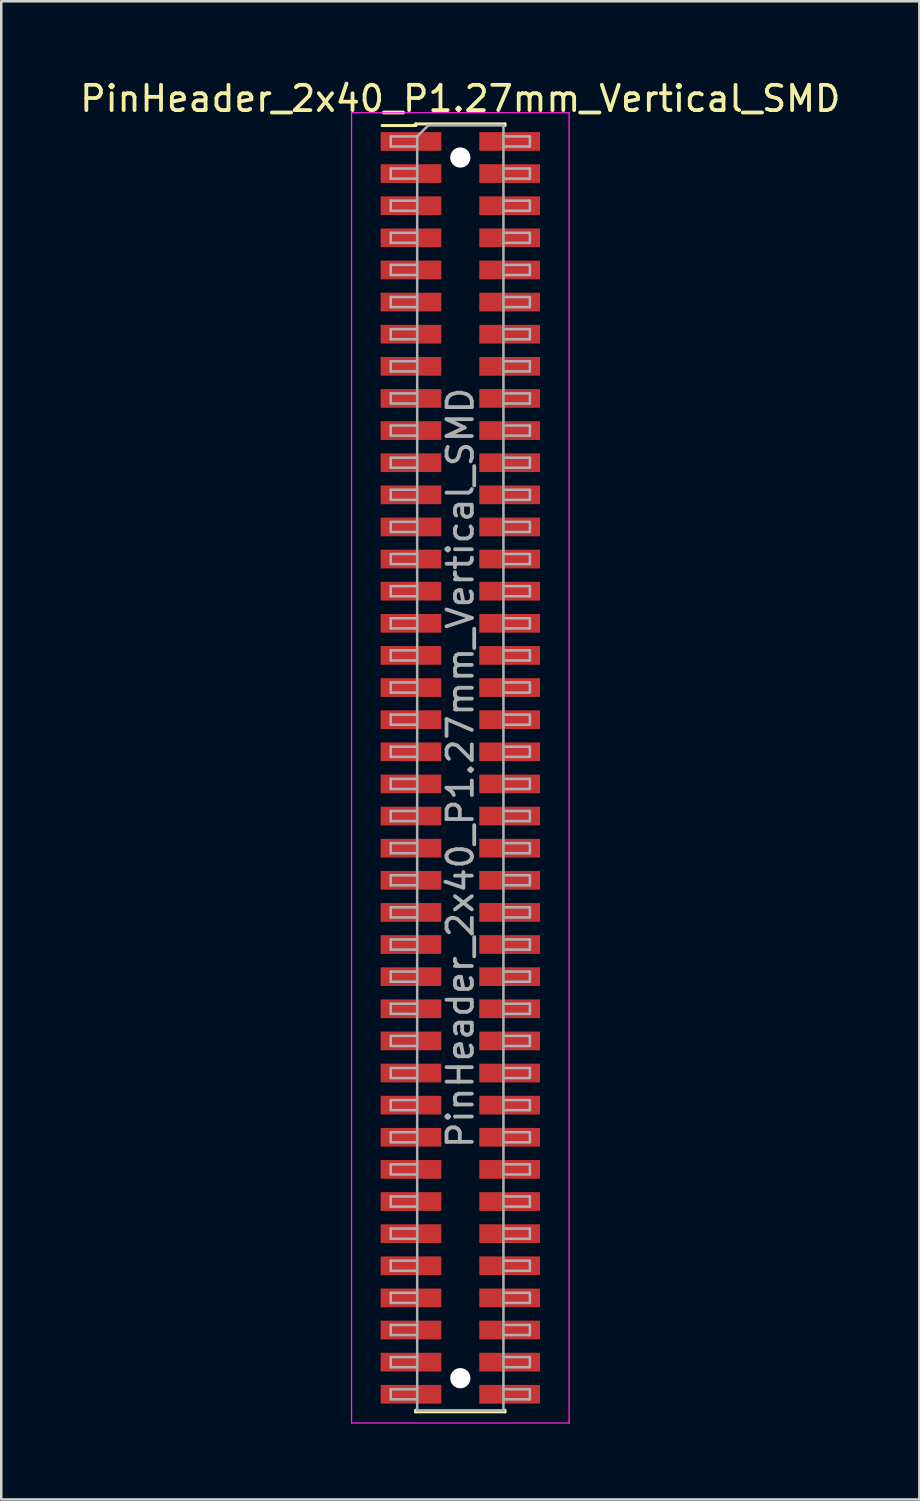
<source format=kicad_pcb>
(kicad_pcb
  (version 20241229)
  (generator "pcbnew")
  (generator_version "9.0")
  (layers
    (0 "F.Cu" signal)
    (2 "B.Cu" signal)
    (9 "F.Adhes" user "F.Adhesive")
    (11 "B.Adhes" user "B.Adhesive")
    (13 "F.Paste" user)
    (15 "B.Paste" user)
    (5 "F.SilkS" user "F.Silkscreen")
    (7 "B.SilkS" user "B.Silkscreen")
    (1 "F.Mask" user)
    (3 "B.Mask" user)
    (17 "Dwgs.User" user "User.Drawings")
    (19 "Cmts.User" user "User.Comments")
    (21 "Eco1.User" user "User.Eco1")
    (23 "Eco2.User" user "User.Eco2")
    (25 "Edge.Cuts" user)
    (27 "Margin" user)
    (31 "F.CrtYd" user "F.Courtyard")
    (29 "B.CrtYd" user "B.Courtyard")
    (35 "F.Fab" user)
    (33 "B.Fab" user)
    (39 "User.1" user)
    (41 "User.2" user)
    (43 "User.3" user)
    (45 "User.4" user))
  (footprint "PinHeader_2x40_P1.27mm_Vertical_SMD"
    (layer "F.Cu")
    (at 15.149 27.308)
    (property "Reference" "PinHeader_2x40_P1.27mm_Vertical_SMD" (at 0 -26.46 0) (layer "F.SilkS") (effects (font (size 1 1) (thickness 0.15))))
    (attr smd)
    (fp_line (start -3.09 -25.395) (end -1.765 -25.395) (stroke (width 0.12) (type solid)) (layer "F.SilkS"))
    (fp_line (start -1.765 -25.46) (end -1.765 -25.395) (stroke (width 0.12) (type solid)) (layer "F.SilkS"))
    (fp_line (start -1.765 -25.46) (end 1.765 -25.46) (stroke (width 0.12) (type solid)) (layer "F.SilkS"))
    (fp_line (start -1.765 25.395) (end -1.765 25.46) (stroke (width 0.12) (type solid)) (layer "F.SilkS"))
    (fp_line (start -1.765 25.46) (end 1.765 25.46) (stroke (width 0.12) (type solid)) (layer "F.SilkS"))
    (fp_line (start 1.765 -25.46) (end 1.765 -25.395) (stroke (width 0.12) (type solid)) (layer "F.SilkS"))
    (fp_line (start 1.765 25.395) (end 1.765 25.46) (stroke (width 0.12) (type solid)) (layer "F.SilkS"))
    (fp_line (start -4.3 -25.9) (end -4.3 25.9) (stroke (width 0.05) (type solid)) (layer "F.CrtYd"))
    (fp_line (start -4.3 25.9) (end 4.3 25.9) (stroke (width 0.05) (type solid)) (layer "F.CrtYd"))
    (fp_line (start 4.3 -25.9) (end -4.3 -25.9) (stroke (width 0.05) (type solid)) (layer "F.CrtYd"))
    (fp_line (start 4.3 25.9) (end 4.3 -25.9) (stroke (width 0.05) (type solid)) (layer "F.CrtYd"))
    (fp_line (start -2.75 -24.965) (end -2.75 -24.565) (stroke (width 0.1) (type solid)) (layer "F.Fab"))
    (fp_line (start -2.75 -24.565) (end -1.705 -24.565) (stroke (width 0.1) (type solid)) (layer "F.Fab"))
    (fp_line (start -2.75 -23.695) (end -2.75 -23.295) (stroke (width 0.1) (type solid)) (layer "F.Fab"))
    (fp_line (start -2.75 -23.295) (end -1.705 -23.295) (stroke (width 0.1) (type solid)) (layer "F.Fab"))
    (fp_line (start -2.75 -22.425) (end -2.75 -22.025) (stroke (width 0.1) (type solid)) (layer "F.Fab"))
    (fp_line (start -2.75 -22.025) (end -1.705 -22.025) (stroke (width 0.1) (type solid)) (layer "F.Fab"))
    (fp_line (start -2.75 -21.155) (end -2.75 -20.755) (stroke (width 0.1) (type solid)) (layer "F.Fab"))
    (fp_line (start -2.75 -20.755) (end -1.705 -20.755) (stroke (width 0.1) (type solid)) (layer "F.Fab"))
    (fp_line (start -2.75 -19.885) (end -2.75 -19.485) (stroke (width 0.1) (type solid)) (layer "F.Fab"))
    (fp_line (start -2.75 -19.485) (end -1.705 -19.485) (stroke (width 0.1) (type solid)) (layer "F.Fab"))
    (fp_line (start -2.75 -18.615) (end -2.75 -18.215) (stroke (width 0.1) (type solid)) (layer "F.Fab"))
    (fp_line (start -2.75 -18.215) (end -1.705 -18.215) (stroke (width 0.1) (type solid)) (layer "F.Fab"))
    (fp_line (start -2.75 -17.345) (end -2.75 -16.945) (stroke (width 0.1) (type solid)) (layer "F.Fab"))
    (fp_line (start -2.75 -16.945) (end -1.705 -16.945) (stroke (width 0.1) (type solid)) (layer "F.Fab"))
    (fp_line (start -2.75 -16.075) (end -2.75 -15.675) (stroke (width 0.1) (type solid)) (layer "F.Fab"))
    (fp_line (start -2.75 -15.675) (end -1.705 -15.675) (stroke (width 0.1) (type solid)) (layer "F.Fab"))
    (fp_line (start -2.75 -14.805) (end -2.75 -14.405) (stroke (width 0.1) (type solid)) (layer "F.Fab"))
    (fp_line (start -2.75 -14.405) (end -1.705 -14.405) (stroke (width 0.1) (type solid)) (layer "F.Fab"))
    (fp_line (start -2.75 -13.535) (end -2.75 -13.135) (stroke (width 0.1) (type solid)) (layer "F.Fab"))
    (fp_line (start -2.75 -13.135) (end -1.705 -13.135) (stroke (width 0.1) (type solid)) (layer "F.Fab"))
    (fp_line (start -2.75 -12.265) (end -2.75 -11.865) (stroke (width 0.1) (type solid)) (layer "F.Fab"))
    (fp_line (start -2.75 -11.865) (end -1.705 -11.865) (stroke (width 0.1) (type solid)) (layer "F.Fab"))
    (fp_line (start -2.75 -10.995) (end -2.75 -10.595) (stroke (width 0.1) (type solid)) (layer "F.Fab"))
    (fp_line (start -2.75 -10.595) (end -1.705 -10.595) (stroke (width 0.1) (type solid)) (layer "F.Fab"))
    (fp_line (start -2.75 -9.725) (end -2.75 -9.325) (stroke (width 0.1) (type solid)) (layer "F.Fab"))
    (fp_line (start -2.75 -9.325) (end -1.705 -9.325) (stroke (width 0.1) (type solid)) (layer "F.Fab"))
    (fp_line (start -2.75 -8.455) (end -2.75 -8.055) (stroke (width 0.1) (type solid)) (layer "F.Fab"))
    (fp_line (start -2.75 -8.055) (end -1.705 -8.055) (stroke (width 0.1) (type solid)) (layer "F.Fab"))
    (fp_line (start -2.75 -7.185) (end -2.75 -6.785) (stroke (width 0.1) (type solid)) (layer "F.Fab"))
    (fp_line (start -2.75 -6.785) (end -1.705 -6.785) (stroke (width 0.1) (type solid)) (layer "F.Fab"))
    (fp_line (start -2.75 -5.915) (end -2.75 -5.515) (stroke (width 0.1) (type solid)) (layer "F.Fab"))
    (fp_line (start -2.75 -5.515) (end -1.705 -5.515) (stroke (width 0.1) (type solid)) (layer "F.Fab"))
    (fp_line (start -2.75 -4.645) (end -2.75 -4.245) (stroke (width 0.1) (type solid)) (layer "F.Fab"))
    (fp_line (start -2.75 -4.245) (end -1.705 -4.245) (stroke (width 0.1) (type solid)) (layer "F.Fab"))
    (fp_line (start -2.75 -3.375) (end -2.75 -2.975) (stroke (width 0.1) (type solid)) (layer "F.Fab"))
    (fp_line (start -2.75 -2.975) (end -1.705 -2.975) (stroke (width 0.1) (type solid)) (layer "F.Fab"))
    (fp_line (start -2.75 -2.105) (end -2.75 -1.705) (stroke (width 0.1) (type solid)) (layer "F.Fab"))
    (fp_line (start -2.75 -1.705) (end -1.705 -1.705) (stroke (width 0.1) (type solid)) (layer "F.Fab"))
    (fp_line (start -2.75 -0.835) (end -2.75 -0.435) (stroke (width 0.1) (type solid)) (layer "F.Fab"))
    (fp_line (start -2.75 -0.435) (end -1.705 -0.435) (stroke (width 0.1) (type solid)) (layer "F.Fab"))
    (fp_line (start -2.75 0.435) (end -2.75 0.835) (stroke (width 0.1) (type solid)) (layer "F.Fab"))
    (fp_line (start -2.75 0.835) (end -1.705 0.835) (stroke (width 0.1) (type solid)) (layer "F.Fab"))
    (fp_line (start -2.75 1.705) (end -2.75 2.105) (stroke (width 0.1) (type solid)) (layer "F.Fab"))
    (fp_line (start -2.75 2.105) (end -1.705 2.105) (stroke (width 0.1) (type solid)) (layer "F.Fab"))
    (fp_line (start -2.75 2.975) (end -2.75 3.375) (stroke (width 0.1) (type solid)) (layer "F.Fab"))
    (fp_line (start -2.75 3.375) (end -1.705 3.375) (stroke (width 0.1) (type solid)) (layer "F.Fab"))
    (fp_line (start -2.75 4.245) (end -2.75 4.645) (stroke (width 0.1) (type solid)) (layer "F.Fab"))
    (fp_line (start -2.75 4.645) (end -1.705 4.645) (stroke (width 0.1) (type solid)) (layer "F.Fab"))
    (fp_line (start -2.75 5.515) (end -2.75 5.915) (stroke (width 0.1) (type solid)) (layer "F.Fab"))
    (fp_line (start -2.75 5.915) (end -1.705 5.915) (stroke (width 0.1) (type solid)) (layer "F.Fab"))
    (fp_line (start -2.75 6.785) (end -2.75 7.185) (stroke (width 0.1) (type solid)) (layer "F.Fab"))
    (fp_line (start -2.75 7.185) (end -1.705 7.185) (stroke (width 0.1) (type solid)) (layer "F.Fab"))
    (fp_line (start -2.75 8.055) (end -2.75 8.455) (stroke (width 0.1) (type solid)) (layer "F.Fab"))
    (fp_line (start -2.75 8.455) (end -1.705 8.455) (stroke (width 0.1) (type solid)) (layer "F.Fab"))
    (fp_line (start -2.75 9.325) (end -2.75 9.725) (stroke (width 0.1) (type solid)) (layer "F.Fab"))
    (fp_line (start -2.75 9.725) (end -1.705 9.725) (stroke (width 0.1) (type solid)) (layer "F.Fab"))
    (fp_line (start -2.75 10.595) (end -2.75 10.995) (stroke (width 0.1) (type solid)) (layer "F.Fab"))
    (fp_line (start -2.75 10.995) (end -1.705 10.995) (stroke (width 0.1) (type solid)) (layer "F.Fab"))
    (fp_line (start -2.75 11.865) (end -2.75 12.265) (stroke (width 0.1) (type solid)) (layer "F.Fab"))
    (fp_line (start -2.75 12.265) (end -1.705 12.265) (stroke (width 0.1) (type solid)) (layer "F.Fab"))
    (fp_line (start -2.75 13.135) (end -2.75 13.535) (stroke (width 0.1) (type solid)) (layer "F.Fab"))
    (fp_line (start -2.75 13.535) (end -1.705 13.535) (stroke (width 0.1) (type solid)) (layer "F.Fab"))
    (fp_line (start -2.75 14.405) (end -2.75 14.805) (stroke (width 0.1) (type solid)) (layer "F.Fab"))
    (fp_line (start -2.75 14.805) (end -1.705 14.805) (stroke (width 0.1) (type solid)) (layer "F.Fab"))
    (fp_line (start -2.75 15.675) (end -2.75 16.075) (stroke (width 0.1) (type solid)) (layer "F.Fab"))
    (fp_line (start -2.75 16.075) (end -1.705 16.075) (stroke (width 0.1) (type solid)) (layer "F.Fab"))
    (fp_line (start -2.75 16.945) (end -2.75 17.345) (stroke (width 0.1) (type solid)) (layer "F.Fab"))
    (fp_line (start -2.75 17.345) (end -1.705 17.345) (stroke (width 0.1) (type solid)) (layer "F.Fab"))
    (fp_line (start -2.75 18.215) (end -2.75 18.615) (stroke (width 0.1) (type solid)) (layer "F.Fab"))
    (fp_line (start -2.75 18.615) (end -1.705 18.615) (stroke (width 0.1) (type solid)) (layer "F.Fab"))
    (fp_line (start -2.75 19.485) (end -2.75 19.885) (stroke (width 0.1) (type solid)) (layer "F.Fab"))
    (fp_line (start -2.75 19.885) (end -1.705 19.885) (stroke (width 0.1) (type solid)) (layer "F.Fab"))
    (fp_line (start -2.75 20.755) (end -2.75 21.155) (stroke (width 0.1) (type solid)) (layer "F.Fab"))
    (fp_line (start -2.75 21.155) (end -1.705 21.155) (stroke (width 0.1) (type solid)) (layer "F.Fab"))
    (fp_line (start -2.75 22.025) (end -2.75 22.425) (stroke (width 0.1) (type solid)) (layer "F.Fab"))
    (fp_line (start -2.75 22.425) (end -1.705 22.425) (stroke (width 0.1) (type solid)) (layer "F.Fab"))
    (fp_line (start -2.75 23.295) (end -2.75 23.695) (stroke (width 0.1) (type solid)) (layer "F.Fab"))
    (fp_line (start -2.75 23.695) (end -1.705 23.695) (stroke (width 0.1) (type solid)) (layer "F.Fab"))
    (fp_line (start -2.75 24.565) (end -2.75 24.965) (stroke (width 0.1) (type solid)) (layer "F.Fab"))
    (fp_line (start -2.75 24.965) (end -1.705 24.965) (stroke (width 0.1) (type solid)) (layer "F.Fab"))
    (fp_line (start -1.705 -24.965) (end -2.75 -24.965) (stroke (width 0.1) (type solid)) (layer "F.Fab"))
    (fp_line (start -1.705 -24.965) (end -1.27 -25.4) (stroke (width 0.1) (type solid)) (layer "F.Fab"))
    (fp_line (start -1.705 -23.695) (end -2.75 -23.695) (stroke (width 0.1) (type solid)) (layer "F.Fab"))
    (fp_line (start -1.705 -22.425) (end -2.75 -22.425) (stroke (width 0.1) (type solid)) (layer "F.Fab"))
    (fp_line (start -1.705 -21.155) (end -2.75 -21.155) (stroke (width 0.1) (type solid)) (layer "F.Fab"))
    (fp_line (start -1.705 -19.885) (end -2.75 -19.885) (stroke (width 0.1) (type solid)) (layer "F.Fab"))
    (fp_line (start -1.705 -18.615) (end -2.75 -18.615) (stroke (width 0.1) (type solid)) (layer "F.Fab"))
    (fp_line (start -1.705 -17.345) (end -2.75 -17.345) (stroke (width 0.1) (type solid)) (layer "F.Fab"))
    (fp_line (start -1.705 -16.075) (end -2.75 -16.075) (stroke (width 0.1) (type solid)) (layer "F.Fab"))
    (fp_line (start -1.705 -14.805) (end -2.75 -14.805) (stroke (width 0.1) (type solid)) (layer "F.Fab"))
    (fp_line (start -1.705 -13.535) (end -2.75 -13.535) (stroke (width 0.1) (type solid)) (layer "F.Fab"))
    (fp_line (start -1.705 -12.265) (end -2.75 -12.265) (stroke (width 0.1) (type solid)) (layer "F.Fab"))
    (fp_line (start -1.705 -10.995) (end -2.75 -10.995) (stroke (width 0.1) (type solid)) (layer "F.Fab"))
    (fp_line (start -1.705 -9.725) (end -2.75 -9.725) (stroke (width 0.1) (type solid)) (layer "F.Fab"))
    (fp_line (start -1.705 -8.455) (end -2.75 -8.455) (stroke (width 0.1) (type solid)) (layer "F.Fab"))
    (fp_line (start -1.705 -7.185) (end -2.75 -7.185) (stroke (width 0.1) (type solid)) (layer "F.Fab"))
    (fp_line (start -1.705 -5.915) (end -2.75 -5.915) (stroke (width 0.1) (type solid)) (layer "F.Fab"))
    (fp_line (start -1.705 -4.645) (end -2.75 -4.645) (stroke (width 0.1) (type solid)) (layer "F.Fab"))
    (fp_line (start -1.705 -3.375) (end -2.75 -3.375) (stroke (width 0.1) (type solid)) (layer "F.Fab"))
    (fp_line (start -1.705 -2.105) (end -2.75 -2.105) (stroke (width 0.1) (type solid)) (layer "F.Fab"))
    (fp_line (start -1.705 -0.835) (end -2.75 -0.835) (stroke (width 0.1) (type solid)) (layer "F.Fab"))
    (fp_line (start -1.705 0.435) (end -2.75 0.435) (stroke (width 0.1) (type solid)) (layer "F.Fab"))
    (fp_line (start -1.705 1.705) (end -2.75 1.705) (stroke (width 0.1) (type solid)) (layer "F.Fab"))
    (fp_line (start -1.705 2.975) (end -2.75 2.975) (stroke (width 0.1) (type solid)) (layer "F.Fab"))
    (fp_line (start -1.705 4.245) (end -2.75 4.245) (stroke (width 0.1) (type solid)) (layer "F.Fab"))
    (fp_line (start -1.705 5.515) (end -2.75 5.515) (stroke (width 0.1) (type solid)) (layer "F.Fab"))
    (fp_line (start -1.705 6.785) (end -2.75 6.785) (stroke (width 0.1) (type solid)) (layer "F.Fab"))
    (fp_line (start -1.705 8.055) (end -2.75 8.055) (stroke (width 0.1) (type solid)) (layer "F.Fab"))
    (fp_line (start -1.705 9.325) (end -2.75 9.325) (stroke (width 0.1) (type solid)) (layer "F.Fab"))
    (fp_line (start -1.705 10.595) (end -2.75 10.595) (stroke (width 0.1) (type solid)) (layer "F.Fab"))
    (fp_line (start -1.705 11.865) (end -2.75 11.865) (stroke (width 0.1) (type solid)) (layer "F.Fab"))
    (fp_line (start -1.705 13.135) (end -2.75 13.135) (stroke (width 0.1) (type solid)) (layer "F.Fab"))
    (fp_line (start -1.705 14.405) (end -2.75 14.405) (stroke (width 0.1) (type solid)) (layer "F.Fab"))
    (fp_line (start -1.705 15.675) (end -2.75 15.675) (stroke (width 0.1) (type solid)) (layer "F.Fab"))
    (fp_line (start -1.705 16.945) (end -2.75 16.945) (stroke (width 0.1) (type solid)) (layer "F.Fab"))
    (fp_line (start -1.705 18.215) (end -2.75 18.215) (stroke (width 0.1) (type solid)) (layer "F.Fab"))
    (fp_line (start -1.705 19.485) (end -2.75 19.485) (stroke (width 0.1) (type solid)) (layer "F.Fab"))
    (fp_line (start -1.705 20.755) (end -2.75 20.755) (stroke (width 0.1) (type solid)) (layer "F.Fab"))
    (fp_line (start -1.705 22.025) (end -2.75 22.025) (stroke (width 0.1) (type solid)) (layer "F.Fab"))
    (fp_line (start -1.705 23.295) (end -2.75 23.295) (stroke (width 0.1) (type solid)) (layer "F.Fab"))
    (fp_line (start -1.705 24.565) (end -2.75 24.565) (stroke (width 0.1) (type solid)) (layer "F.Fab"))
    (fp_line (start -1.705 25.4) (end -1.705 -24.965) (stroke (width 0.1) (type solid)) (layer "F.Fab"))
    (fp_line (start -1.27 -25.4) (end 1.705 -25.4) (stroke (width 0.1) (type solid)) (layer "F.Fab"))
    (fp_line (start 1.705 -25.4) (end 1.705 25.4) (stroke (width 0.1) (type solid)) (layer "F.Fab"))
    (fp_line (start 1.705 -24.965) (end 2.75 -24.965) (stroke (width 0.1) (type solid)) (layer "F.Fab"))
    (fp_line (start 1.705 -23.695) (end 2.75 -23.695) (stroke (width 0.1) (type solid)) (layer "F.Fab"))
    (fp_line (start 1.705 -22.425) (end 2.75 -22.425) (stroke (width 0.1) (type solid)) (layer "F.Fab"))
    (fp_line (start 1.705 -21.155) (end 2.75 -21.155) (stroke (width 0.1) (type solid)) (layer "F.Fab"))
    (fp_line (start 1.705 -19.885) (end 2.75 -19.885) (stroke (width 0.1) (type solid)) (layer "F.Fab"))
    (fp_line (start 1.705 -18.615) (end 2.75 -18.615) (stroke (width 0.1) (type solid)) (layer "F.Fab"))
    (fp_line (start 1.705 -17.345) (end 2.75 -17.345) (stroke (width 0.1) (type solid)) (layer "F.Fab"))
    (fp_line (start 1.705 -16.075) (end 2.75 -16.075) (stroke (width 0.1) (type solid)) (layer "F.Fab"))
    (fp_line (start 1.705 -14.805) (end 2.75 -14.805) (stroke (width 0.1) (type solid)) (layer "F.Fab"))
    (fp_line (start 1.705 -13.535) (end 2.75 -13.535) (stroke (width 0.1) (type solid)) (layer "F.Fab"))
    (fp_line (start 1.705 -12.265) (end 2.75 -12.265) (stroke (width 0.1) (type solid)) (layer "F.Fab"))
    (fp_line (start 1.705 -10.995) (end 2.75 -10.995) (stroke (width 0.1) (type solid)) (layer "F.Fab"))
    (fp_line (start 1.705 -9.725) (end 2.75 -9.725) (stroke (width 0.1) (type solid)) (layer "F.Fab"))
    (fp_line (start 1.705 -8.455) (end 2.75 -8.455) (stroke (width 0.1) (type solid)) (layer "F.Fab"))
    (fp_line (start 1.705 -7.185) (end 2.75 -7.185) (stroke (width 0.1) (type solid)) (layer "F.Fab"))
    (fp_line (start 1.705 -5.915) (end 2.75 -5.915) (stroke (width 0.1) (type solid)) (layer "F.Fab"))
    (fp_line (start 1.705 -4.645) (end 2.75 -4.645) (stroke (width 0.1) (type solid)) (layer "F.Fab"))
    (fp_line (start 1.705 -3.375) (end 2.75 -3.375) (stroke (width 0.1) (type solid)) (layer "F.Fab"))
    (fp_line (start 1.705 -2.105) (end 2.75 -2.105) (stroke (width 0.1) (type solid)) (layer "F.Fab"))
    (fp_line (start 1.705 -0.835) (end 2.75 -0.835) (stroke (width 0.1) (type solid)) (layer "F.Fab"))
    (fp_line (start 1.705 0.435) (end 2.75 0.435) (stroke (width 0.1) (type solid)) (layer "F.Fab"))
    (fp_line (start 1.705 1.705) (end 2.75 1.705) (stroke (width 0.1) (type solid)) (layer "F.Fab"))
    (fp_line (start 1.705 2.975) (end 2.75 2.975) (stroke (width 0.1) (type solid)) (layer "F.Fab"))
    (fp_line (start 1.705 4.245) (end 2.75 4.245) (stroke (width 0.1) (type solid)) (layer "F.Fab"))
    (fp_line (start 1.705 5.515) (end 2.75 5.515) (stroke (width 0.1) (type solid)) (layer "F.Fab"))
    (fp_line (start 1.705 6.785) (end 2.75 6.785) (stroke (width 0.1) (type solid)) (layer "F.Fab"))
    (fp_line (start 1.705 8.055) (end 2.75 8.055) (stroke (width 0.1) (type solid)) (layer "F.Fab"))
    (fp_line (start 1.705 9.325) (end 2.75 9.325) (stroke (width 0.1) (type solid)) (layer "F.Fab"))
    (fp_line (start 1.705 10.595) (end 2.75 10.595) (stroke (width 0.1) (type solid)) (layer "F.Fab"))
    (fp_line (start 1.705 11.865) (end 2.75 11.865) (stroke (width 0.1) (type solid)) (layer "F.Fab"))
    (fp_line (start 1.705 13.135) (end 2.75 13.135) (stroke (width 0.1) (type solid)) (layer "F.Fab"))
    (fp_line (start 1.705 14.405) (end 2.75 14.405) (stroke (width 0.1) (type solid)) (layer "F.Fab"))
    (fp_line (start 1.705 15.675) (end 2.75 15.675) (stroke (width 0.1) (type solid)) (layer "F.Fab"))
    (fp_line (start 1.705 16.945) (end 2.75 16.945) (stroke (width 0.1) (type solid)) (layer "F.Fab"))
    (fp_line (start 1.705 18.215) (end 2.75 18.215) (stroke (width 0.1) (type solid)) (layer "F.Fab"))
    (fp_line (start 1.705 19.485) (end 2.75 19.485) (stroke (width 0.1) (type solid)) (layer "F.Fab"))
    (fp_line (start 1.705 20.755) (end 2.75 20.755) (stroke (width 0.1) (type solid)) (layer "F.Fab"))
    (fp_line (start 1.705 22.025) (end 2.75 22.025) (stroke (width 0.1) (type solid)) (layer "F.Fab"))
    (fp_line (start 1.705 23.295) (end 2.75 23.295) (stroke (width 0.1) (type solid)) (layer "F.Fab"))
    (fp_line (start 1.705 24.565) (end 2.75 24.565) (stroke (width 0.1) (type solid)) (layer "F.Fab"))
    (fp_line (start 1.705 25.4) (end -1.705 25.4) (stroke (width 0.1) (type solid)) (layer "F.Fab"))
    (fp_line (start 2.75 -24.965) (end 2.75 -24.565) (stroke (width 0.1) (type solid)) (layer "F.Fab"))
    (fp_line (start 2.75 -24.565) (end 1.705 -24.565) (stroke (width 0.1) (type solid)) (layer "F.Fab"))
    (fp_line (start 2.75 -23.695) (end 2.75 -23.295) (stroke (width 0.1) (type solid)) (layer "F.Fab"))
    (fp_line (start 2.75 -23.295) (end 1.705 -23.295) (stroke (width 0.1) (type solid)) (layer "F.Fab"))
    (fp_line (start 2.75 -22.425) (end 2.75 -22.025) (stroke (width 0.1) (type solid)) (layer "F.Fab"))
    (fp_line (start 2.75 -22.025) (end 1.705 -22.025) (stroke (width 0.1) (type solid)) (layer "F.Fab"))
    (fp_line (start 2.75 -21.155) (end 2.75 -20.755) (stroke (width 0.1) (type solid)) (layer "F.Fab"))
    (fp_line (start 2.75 -20.755) (end 1.705 -20.755) (stroke (width 0.1) (type solid)) (layer "F.Fab"))
    (fp_line (start 2.75 -19.885) (end 2.75 -19.485) (stroke (width 0.1) (type solid)) (layer "F.Fab"))
    (fp_line (start 2.75 -19.485) (end 1.705 -19.485) (stroke (width 0.1) (type solid)) (layer "F.Fab"))
    (fp_line (start 2.75 -18.615) (end 2.75 -18.215) (stroke (width 0.1) (type solid)) (layer "F.Fab"))
    (fp_line (start 2.75 -18.215) (end 1.705 -18.215) (stroke (width 0.1) (type solid)) (layer "F.Fab"))
    (fp_line (start 2.75 -17.345) (end 2.75 -16.945) (stroke (width 0.1) (type solid)) (layer "F.Fab"))
    (fp_line (start 2.75 -16.945) (end 1.705 -16.945) (stroke (width 0.1) (type solid)) (layer "F.Fab"))
    (fp_line (start 2.75 -16.075) (end 2.75 -15.675) (stroke (width 0.1) (type solid)) (layer "F.Fab"))
    (fp_line (start 2.75 -15.675) (end 1.705 -15.675) (stroke (width 0.1) (type solid)) (layer "F.Fab"))
    (fp_line (start 2.75 -14.805) (end 2.75 -14.405) (stroke (width 0.1) (type solid)) (layer "F.Fab"))
    (fp_line (start 2.75 -14.405) (end 1.705 -14.405) (stroke (width 0.1) (type solid)) (layer "F.Fab"))
    (fp_line (start 2.75 -13.535) (end 2.75 -13.135) (stroke (width 0.1) (type solid)) (layer "F.Fab"))
    (fp_line (start 2.75 -13.135) (end 1.705 -13.135) (stroke (width 0.1) (type solid)) (layer "F.Fab"))
    (fp_line (start 2.75 -12.265) (end 2.75 -11.865) (stroke (width 0.1) (type solid)) (layer "F.Fab"))
    (fp_line (start 2.75 -11.865) (end 1.705 -11.865) (stroke (width 0.1) (type solid)) (layer "F.Fab"))
    (fp_line (start 2.75 -10.995) (end 2.75 -10.595) (stroke (width 0.1) (type solid)) (layer "F.Fab"))
    (fp_line (start 2.75 -10.595) (end 1.705 -10.595) (stroke (width 0.1) (type solid)) (layer "F.Fab"))
    (fp_line (start 2.75 -9.725) (end 2.75 -9.325) (stroke (width 0.1) (type solid)) (layer "F.Fab"))
    (fp_line (start 2.75 -9.325) (end 1.705 -9.325) (stroke (width 0.1) (type solid)) (layer "F.Fab"))
    (fp_line (start 2.75 -8.455) (end 2.75 -8.055) (stroke (width 0.1) (type solid)) (layer "F.Fab"))
    (fp_line (start 2.75 -8.055) (end 1.705 -8.055) (stroke (width 0.1) (type solid)) (layer "F.Fab"))
    (fp_line (start 2.75 -7.185) (end 2.75 -6.785) (stroke (width 0.1) (type solid)) (layer "F.Fab"))
    (fp_line (start 2.75 -6.785) (end 1.705 -6.785) (stroke (width 0.1) (type solid)) (layer "F.Fab"))
    (fp_line (start 2.75 -5.915) (end 2.75 -5.515) (stroke (width 0.1) (type solid)) (layer "F.Fab"))
    (fp_line (start 2.75 -5.515) (end 1.705 -5.515) (stroke (width 0.1) (type solid)) (layer "F.Fab"))
    (fp_line (start 2.75 -4.645) (end 2.75 -4.245) (stroke (width 0.1) (type solid)) (layer "F.Fab"))
    (fp_line (start 2.75 -4.245) (end 1.705 -4.245) (stroke (width 0.1) (type solid)) (layer "F.Fab"))
    (fp_line (start 2.75 -3.375) (end 2.75 -2.975) (stroke (width 0.1) (type solid)) (layer "F.Fab"))
    (fp_line (start 2.75 -2.975) (end 1.705 -2.975) (stroke (width 0.1) (type solid)) (layer "F.Fab"))
    (fp_line (start 2.75 -2.105) (end 2.75 -1.705) (stroke (width 0.1) (type solid)) (layer "F.Fab"))
    (fp_line (start 2.75 -1.705) (end 1.705 -1.705) (stroke (width 0.1) (type solid)) (layer "F.Fab"))
    (fp_line (start 2.75 -0.835) (end 2.75 -0.435) (stroke (width 0.1) (type solid)) (layer "F.Fab"))
    (fp_line (start 2.75 -0.435) (end 1.705 -0.435) (stroke (width 0.1) (type solid)) (layer "F.Fab"))
    (fp_line (start 2.75 0.435) (end 2.75 0.835) (stroke (width 0.1) (type solid)) (layer "F.Fab"))
    (fp_line (start 2.75 0.835) (end 1.705 0.835) (stroke (width 0.1) (type solid)) (layer "F.Fab"))
    (fp_line (start 2.75 1.705) (end 2.75 2.105) (stroke (width 0.1) (type solid)) (layer "F.Fab"))
    (fp_line (start 2.75 2.105) (end 1.705 2.105) (stroke (width 0.1) (type solid)) (layer "F.Fab"))
    (fp_line (start 2.75 2.975) (end 2.75 3.375) (stroke (width 0.1) (type solid)) (layer "F.Fab"))
    (fp_line (start 2.75 3.375) (end 1.705 3.375) (stroke (width 0.1) (type solid)) (layer "F.Fab"))
    (fp_line (start 2.75 4.245) (end 2.75 4.645) (stroke (width 0.1) (type solid)) (layer "F.Fab"))
    (fp_line (start 2.75 4.645) (end 1.705 4.645) (stroke (width 0.1) (type solid)) (layer "F.Fab"))
    (fp_line (start 2.75 5.515) (end 2.75 5.915) (stroke (width 0.1) (type solid)) (layer "F.Fab"))
    (fp_line (start 2.75 5.915) (end 1.705 5.915) (stroke (width 0.1) (type solid)) (layer "F.Fab"))
    (fp_line (start 2.75 6.785) (end 2.75 7.185) (stroke (width 0.1) (type solid)) (layer "F.Fab"))
    (fp_line (start 2.75 7.185) (end 1.705 7.185) (stroke (width 0.1) (type solid)) (layer "F.Fab"))
    (fp_line (start 2.75 8.055) (end 2.75 8.455) (stroke (width 0.1) (type solid)) (layer "F.Fab"))
    (fp_line (start 2.75 8.455) (end 1.705 8.455) (stroke (width 0.1) (type solid)) (layer "F.Fab"))
    (fp_line (start 2.75 9.325) (end 2.75 9.725) (stroke (width 0.1) (type solid)) (layer "F.Fab"))
    (fp_line (start 2.75 9.725) (end 1.705 9.725) (stroke (width 0.1) (type solid)) (layer "F.Fab"))
    (fp_line (start 2.75 10.595) (end 2.75 10.995) (stroke (width 0.1) (type solid)) (layer "F.Fab"))
    (fp_line (start 2.75 10.995) (end 1.705 10.995) (stroke (width 0.1) (type solid)) (layer "F.Fab"))
    (fp_line (start 2.75 11.865) (end 2.75 12.265) (stroke (width 0.1) (type solid)) (layer "F.Fab"))
    (fp_line (start 2.75 12.265) (end 1.705 12.265) (stroke (width 0.1) (type solid)) (layer "F.Fab"))
    (fp_line (start 2.75 13.135) (end 2.75 13.535) (stroke (width 0.1) (type solid)) (layer "F.Fab"))
    (fp_line (start 2.75 13.535) (end 1.705 13.535) (stroke (width 0.1) (type solid)) (layer "F.Fab"))
    (fp_line (start 2.75 14.405) (end 2.75 14.805) (stroke (width 0.1) (type solid)) (layer "F.Fab"))
    (fp_line (start 2.75 14.805) (end 1.705 14.805) (stroke (width 0.1) (type solid)) (layer "F.Fab"))
    (fp_line (start 2.75 15.675) (end 2.75 16.075) (stroke (width 0.1) (type solid)) (layer "F.Fab"))
    (fp_line (start 2.75 16.075) (end 1.705 16.075) (stroke (width 0.1) (type solid)) (layer "F.Fab"))
    (fp_line (start 2.75 16.945) (end 2.75 17.345) (stroke (width 0.1) (type solid)) (layer "F.Fab"))
    (fp_line (start 2.75 17.345) (end 1.705 17.345) (stroke (width 0.1) (type solid)) (layer "F.Fab"))
    (fp_line (start 2.75 18.215) (end 2.75 18.615) (stroke (width 0.1) (type solid)) (layer "F.Fab"))
    (fp_line (start 2.75 18.615) (end 1.705 18.615) (stroke (width 0.1) (type solid)) (layer "F.Fab"))
    (fp_line (start 2.75 19.485) (end 2.75 19.885) (stroke (width 0.1) (type solid)) (layer "F.Fab"))
    (fp_line (start 2.75 19.885) (end 1.705 19.885) (stroke (width 0.1) (type solid)) (layer "F.Fab"))
    (fp_line (start 2.75 20.755) (end 2.75 21.155) (stroke (width 0.1) (type solid)) (layer "F.Fab"))
    (fp_line (start 2.75 21.155) (end 1.705 21.155) (stroke (width 0.1) (type solid)) (layer "F.Fab"))
    (fp_line (start 2.75 22.025) (end 2.75 22.425) (stroke (width 0.1) (type solid)) (layer "F.Fab"))
    (fp_line (start 2.75 22.425) (end 1.705 22.425) (stroke (width 0.1) (type solid)) (layer "F.Fab"))
    (fp_line (start 2.75 23.295) (end 2.75 23.695) (stroke (width 0.1) (type solid)) (layer "F.Fab"))
    (fp_line (start 2.75 23.695) (end 1.705 23.695) (stroke (width 0.1) (type solid)) (layer "F.Fab"))
    (fp_line (start 2.75 24.565) (end 2.75 24.965) (stroke (width 0.1) (type solid)) (layer "F.Fab"))
    (fp_line (start 2.75 24.965) (end 1.705 24.965) (stroke (width 0.1) (type solid)) (layer "F.Fab"))
    (fp_text user "${REFERENCE}" (at 0 0 90) (layer "F.Fab") (effects (font (size 1 1) (thickness 0.15))))
    (pad "" np_thru_hole circle (at 0 -24.13) (size 0.8 0.8) (drill 0.8) (layers "*.Cu" "*.Mask"))
    (pad "" np_thru_hole circle (at 0 24.13) (size 0.8 0.8) (drill 0.8) (layers "*.Cu" "*.Mask"))
    (pad "1" smd rect (at 1.95 -24.765) (size 2.4 0.74) (layers "F.Cu" "F.Mask" "F.Paste"))
    (pad "2" smd rect (at -1.95 -24.765) (size 2.4 0.74) (layers "F.Cu" "F.Mask" "F.Paste"))
    (pad "3" smd rect (at 1.95 -23.495) (size 2.4 0.74) (layers "F.Cu" "F.Mask" "F.Paste"))
    (pad "4" smd rect (at -1.95 -23.495) (size 2.4 0.74) (layers "F.Cu" "F.Mask" "F.Paste"))
    (pad "5" smd rect (at 1.95 -22.225) (size 2.4 0.74) (layers "F.Cu" "F.Mask" "F.Paste"))
    (pad "6" smd rect (at -1.95 -22.225) (size 2.4 0.74) (layers "F.Cu" "F.Mask" "F.Paste"))
    (pad "7" smd rect (at 1.95 -20.955) (size 2.4 0.74) (layers "F.Cu" "F.Mask" "F.Paste"))
    (pad "8" smd rect (at -1.95 -20.955) (size 2.4 0.74) (layers "F.Cu" "F.Mask" "F.Paste"))
    (pad "9" smd rect (at 1.95 -19.685) (size 2.4 0.74) (layers "F.Cu" "F.Mask" "F.Paste"))
    (pad "10" smd rect (at -1.95 -19.685) (size 2.4 0.74) (layers "F.Cu" "F.Mask" "F.Paste"))
    (pad "11" smd rect (at 1.95 -18.415) (size 2.4 0.74) (layers "F.Cu" "F.Mask" "F.Paste"))
    (pad "12" smd rect (at -1.95 -18.415) (size 2.4 0.74) (layers "F.Cu" "F.Mask" "F.Paste"))
    (pad "13" smd rect (at 1.95 -17.145) (size 2.4 0.74) (layers "F.Cu" "F.Mask" "F.Paste"))
    (pad "14" smd rect (at -1.95 -17.145) (size 2.4 0.74) (layers "F.Cu" "F.Mask" "F.Paste"))
    (pad "15" smd rect (at 1.95 -15.875) (size 2.4 0.74) (layers "F.Cu" "F.Mask" "F.Paste"))
    (pad "16" smd rect (at -1.95 -15.875) (size 2.4 0.74) (layers "F.Cu" "F.Mask" "F.Paste"))
    (pad "17" smd rect (at 1.95 -14.605) (size 2.4 0.74) (layers "F.Cu" "F.Mask" "F.Paste"))
    (pad "18" smd rect (at -1.95 -14.605) (size 2.4 0.74) (layers "F.Cu" "F.Mask" "F.Paste"))
    (pad "19" smd rect (at 1.95 -13.335) (size 2.4 0.74) (layers "F.Cu" "F.Mask" "F.Paste"))
    (pad "20" smd rect (at -1.95 -13.335) (size 2.4 0.74) (layers "F.Cu" "F.Mask" "F.Paste"))
    (pad "21" smd rect (at 1.95 -12.065) (size 2.4 0.74) (layers "F.Cu" "F.Mask" "F.Paste"))
    (pad "22" smd rect (at -1.95 -12.065) (size 2.4 0.74) (layers "F.Cu" "F.Mask" "F.Paste"))
    (pad "23" smd rect (at 1.95 -10.795) (size 2.4 0.74) (layers "F.Cu" "F.Mask" "F.Paste"))
    (pad "24" smd rect (at -1.95 -10.795) (size 2.4 0.74) (layers "F.Cu" "F.Mask" "F.Paste"))
    (pad "25" smd rect (at 1.95 -9.525) (size 2.4 0.74) (layers "F.Cu" "F.Mask" "F.Paste"))
    (pad "26" smd rect (at -1.95 -9.525) (size 2.4 0.74) (layers "F.Cu" "F.Mask" "F.Paste"))
    (pad "27" smd rect (at 1.95 -8.255) (size 2.4 0.74) (layers "F.Cu" "F.Mask" "F.Paste"))
    (pad "28" smd rect (at -1.95 -8.255) (size 2.4 0.74) (layers "F.Cu" "F.Mask" "F.Paste"))
    (pad "29" smd rect (at 1.95 -6.985) (size 2.4 0.74) (layers "F.Cu" "F.Mask" "F.Paste"))
    (pad "30" smd rect (at -1.95 -6.985) (size 2.4 0.74) (layers "F.Cu" "F.Mask" "F.Paste"))
    (pad "31" smd rect (at 1.95 -5.715) (size 2.4 0.74) (layers "F.Cu" "F.Mask" "F.Paste"))
    (pad "32" smd rect (at -1.95 -5.715) (size 2.4 0.74) (layers "F.Cu" "F.Mask" "F.Paste"))
    (pad "33" smd rect (at 1.95 -4.445) (size 2.4 0.74) (layers "F.Cu" "F.Mask" "F.Paste"))
    (pad "34" smd rect (at -1.95 -4.445) (size 2.4 0.74) (layers "F.Cu" "F.Mask" "F.Paste"))
    (pad "35" smd rect (at 1.95 -3.175) (size 2.4 0.74) (layers "F.Cu" "F.Mask" "F.Paste"))
    (pad "36" smd rect (at -1.95 -3.175) (size 2.4 0.74) (layers "F.Cu" "F.Mask" "F.Paste"))
    (pad "37" smd rect (at 1.95 -1.905) (size 2.4 0.74) (layers "F.Cu" "F.Mask" "F.Paste"))
    (pad "38" smd rect (at -1.95 -1.905) (size 2.4 0.74) (layers "F.Cu" "F.Mask" "F.Paste"))
    (pad "39" smd rect (at 1.95 -0.635) (size 2.4 0.74) (layers "F.Cu" "F.Mask" "F.Paste"))
    (pad "40" smd rect (at -1.95 -0.635) (size 2.4 0.74) (layers "F.Cu" "F.Mask" "F.Paste"))
    (pad "41" smd rect (at 1.95 0.635) (size 2.4 0.74) (layers "F.Cu" "F.Mask" "F.Paste"))
    (pad "42" smd rect (at -1.95 0.635) (size 2.4 0.74) (layers "F.Cu" "F.Mask" "F.Paste"))
    (pad "43" smd rect (at 1.95 1.905) (size 2.4 0.74) (layers "F.Cu" "F.Mask" "F.Paste"))
    (pad "44" smd rect (at -1.95 1.905) (size 2.4 0.74) (layers "F.Cu" "F.Mask" "F.Paste"))
    (pad "45" smd rect (at 1.95 3.175) (size 2.4 0.74) (layers "F.Cu" "F.Mask" "F.Paste"))
    (pad "46" smd rect (at -1.95 3.175) (size 2.4 0.74) (layers "F.Cu" "F.Mask" "F.Paste"))
    (pad "47" smd rect (at 1.95 4.445) (size 2.4 0.74) (layers "F.Cu" "F.Mask" "F.Paste"))
    (pad "48" smd rect (at -1.95 4.445) (size 2.4 0.74) (layers "F.Cu" "F.Mask" "F.Paste"))
    (pad "49" smd rect (at 1.95 5.715) (size 2.4 0.74) (layers "F.Cu" "F.Mask" "F.Paste"))
    (pad "50" smd rect (at -1.95 5.715) (size 2.4 0.74) (layers "F.Cu" "F.Mask" "F.Paste"))
    (pad "51" smd rect (at 1.95 6.985) (size 2.4 0.74) (layers "F.Cu" "F.Mask" "F.Paste"))
    (pad "52" smd rect (at -1.95 6.985) (size 2.4 0.74) (layers "F.Cu" "F.Mask" "F.Paste"))
    (pad "53" smd rect (at 1.95 8.255) (size 2.4 0.74) (layers "F.Cu" "F.Mask" "F.Paste"))
    (pad "54" smd rect (at -1.95 8.255) (size 2.4 0.74) (layers "F.Cu" "F.Mask" "F.Paste"))
    (pad "55" smd rect (at 1.95 9.525) (size 2.4 0.74) (layers "F.Cu" "F.Mask" "F.Paste"))
    (pad "56" smd rect (at -1.95 9.525) (size 2.4 0.74) (layers "F.Cu" "F.Mask" "F.Paste"))
    (pad "57" smd rect (at 1.95 10.795) (size 2.4 0.74) (layers "F.Cu" "F.Mask" "F.Paste"))
    (pad "58" smd rect (at -1.95 10.795) (size 2.4 0.74) (layers "F.Cu" "F.Mask" "F.Paste"))
    (pad "59" smd rect (at 1.95 12.065) (size 2.4 0.74) (layers "F.Cu" "F.Mask" "F.Paste"))
    (pad "60" smd rect (at -1.95 12.065) (size 2.4 0.74) (layers "F.Cu" "F.Mask" "F.Paste"))
    (pad "61" smd rect (at 1.95 13.335) (size 2.4 0.74) (layers "F.Cu" "F.Mask" "F.Paste"))
    (pad "62" smd rect (at -1.95 13.335) (size 2.4 0.74) (layers "F.Cu" "F.Mask" "F.Paste"))
    (pad "63" smd rect (at 1.95 14.605) (size 2.4 0.74) (layers "F.Cu" "F.Mask" "F.Paste"))
    (pad "64" smd rect (at -1.95 14.605) (size 2.4 0.74) (layers "F.Cu" "F.Mask" "F.Paste"))
    (pad "65" smd rect (at 1.95 15.875) (size 2.4 0.74) (layers "F.Cu" "F.Mask" "F.Paste"))
    (pad "66" smd rect (at -1.95 15.875) (size 2.4 0.74) (layers "F.Cu" "F.Mask" "F.Paste"))
    (pad "67" smd rect (at 1.95 17.145) (size 2.4 0.74) (layers "F.Cu" "F.Mask" "F.Paste"))
    (pad "68" smd rect (at -1.95 17.145) (size 2.4 0.74) (layers "F.Cu" "F.Mask" "F.Paste"))
    (pad "69" smd rect (at 1.95 18.415) (size 2.4 0.74) (layers "F.Cu" "F.Mask" "F.Paste"))
    (pad "70" smd rect (at -1.95 18.415) (size 2.4 0.74) (layers "F.Cu" "F.Mask" "F.Paste"))
    (pad "71" smd rect (at 1.95 19.685) (size 2.4 0.74) (layers "F.Cu" "F.Mask" "F.Paste"))
    (pad "72" smd rect (at -1.95 19.685) (size 2.4 0.74) (layers "F.Cu" "F.Mask" "F.Paste"))
    (pad "73" smd rect (at 1.95 20.955) (size 2.4 0.74) (layers "F.Cu" "F.Mask" "F.Paste"))
    (pad "74" smd rect (at -1.95 20.955) (size 2.4 0.74) (layers "F.Cu" "F.Mask" "F.Paste"))
    (pad "75" smd rect (at 1.95 22.225) (size 2.4 0.74) (layers "F.Cu" "F.Mask" "F.Paste"))
    (pad "76" smd rect (at -1.95 22.225) (size 2.4 0.74) (layers "F.Cu" "F.Mask" "F.Paste"))
    (pad "77" smd rect (at 1.95 23.495) (size 2.4 0.74) (layers "F.Cu" "F.Mask" "F.Paste"))
    (pad "78" smd rect (at -1.95 23.495) (size 2.4 0.74) (layers "F.Cu" "F.Mask" "F.Paste"))
    (pad "79" smd rect (at 1.95 24.765) (size 2.4 0.74) (layers "F.Cu" "F.Mask" "F.Paste"))
    (pad "80" smd rect (at -1.95 24.765) (size 2.4 0.74) (layers "F.Cu" "F.Mask" "F.Paste")))
  (gr_rect
    (start -3 -3)
    (end 33.298 56.233)
    (stroke (width 0.1) (type default))
    (fill no)
    (layer "Edge.Cuts")))
</source>
